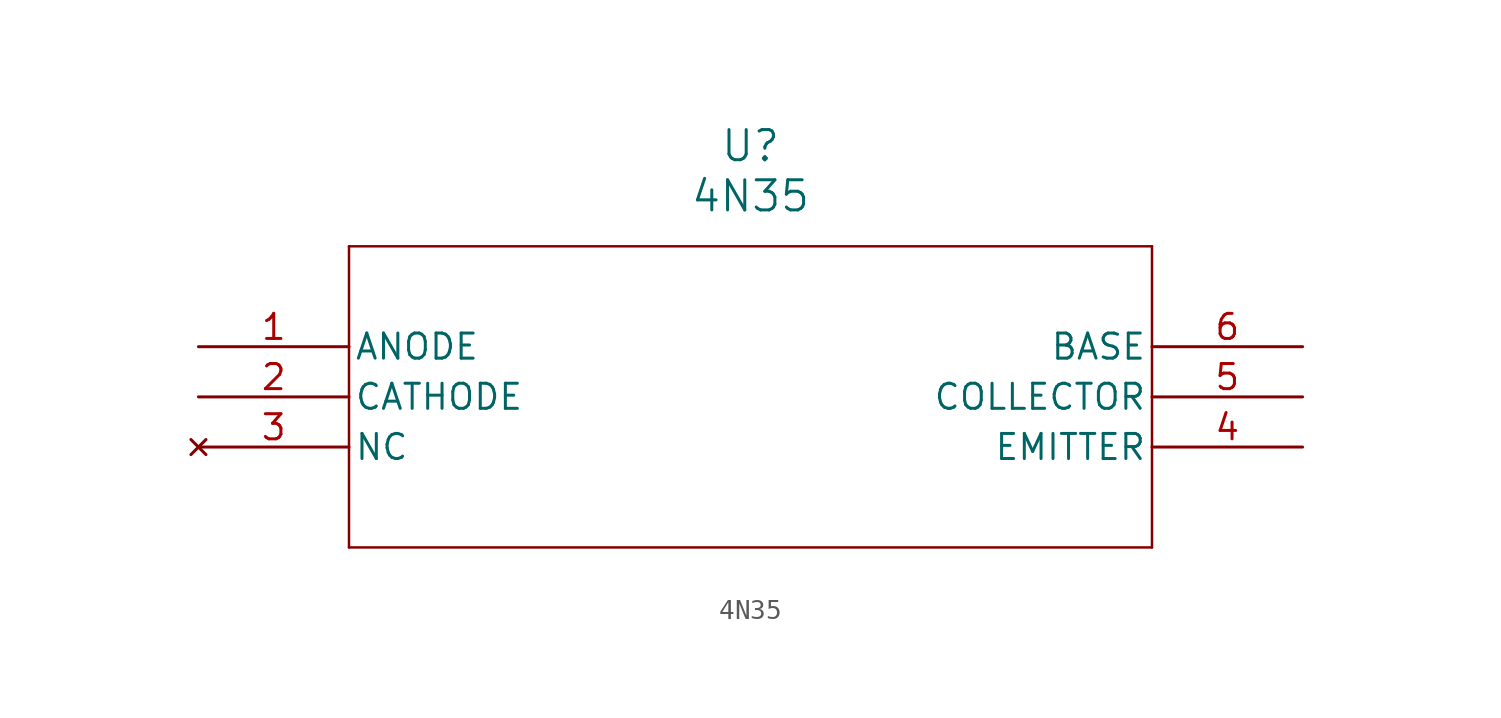
<source format=kicad_sym>
(kicad_symbol_lib
  (version 20211014)
  (generator kicad_symbol_editor)
  (symbol "4N35"
    (pin_names
      (offset 0.254))
    (property "Reference" "U"
      (at 0 12.7 0)
      (effects (font (size 1.524 1.524))))
    (property "Value" "4N35"
      (at 0 10.16 0)
      (effects (font (size 1.524 1.524))))
    (symbol "4N35_0_1"
      (polyline (pts (xy -20.32 7.62) (xy -20.32 -7.62)) (stroke (width 0.127) (type default) (color 0 0 0 0)) (fill (type none)))
      (polyline (pts (xy -20.32 -7.62) (xy 20.32 -7.62)) (stroke (width 0.127) (type default) (color 0 0 0 0)) (fill (type none)))
      (polyline (pts (xy 20.32 -7.62) (xy 20.32 7.62)) (stroke (width 0.127) (type default) (color 0 0 0 0)) (fill (type none)))
      (polyline (pts (xy 20.32 7.62) (xy -20.32 7.62)) (stroke (width 0.127) (type default) (color 0 0 0 0)) (fill (type none)))
      (pin unspecified line (at -27.94 2.54 0) (length 7.62) (name "ANODE" (effects (font (size 1.27 1.27)))) (number "1" (effects (font (size 1.27 1.27)))))
      (pin unspecified line (at -27.94 0 0) (length 7.62) (name "CATHODE" (effects (font (size 1.27 1.27)))) (number "2" (effects (font (size 1.27 1.27)))))
      (pin no_connect line (at -27.94 -2.54 0) (length 7.62) (name "NC" (effects (font (size 1.27 1.27)))) (number "3" (effects (font (size 1.27 1.27)))))
      (pin unspecified line (at 27.94 -2.54 180) (length 7.62) (name "EMITTER" (effects (font (size 1.27 1.27)))) (number "4" (effects (font (size 1.27 1.27)))))
      (pin unspecified line (at 27.94 0 180) (length 7.62) (name "COLLECTOR" (effects (font (size 1.27 1.27)))) (number "5" (effects (font (size 1.27 1.27)))))
      (pin unspecified line (at 27.94 2.54 180) (length 7.62) (name "BASE" (effects (font (size 1.27 1.27)))) (number "6" (effects (font (size 1.27 1.27))))))))
</source>
